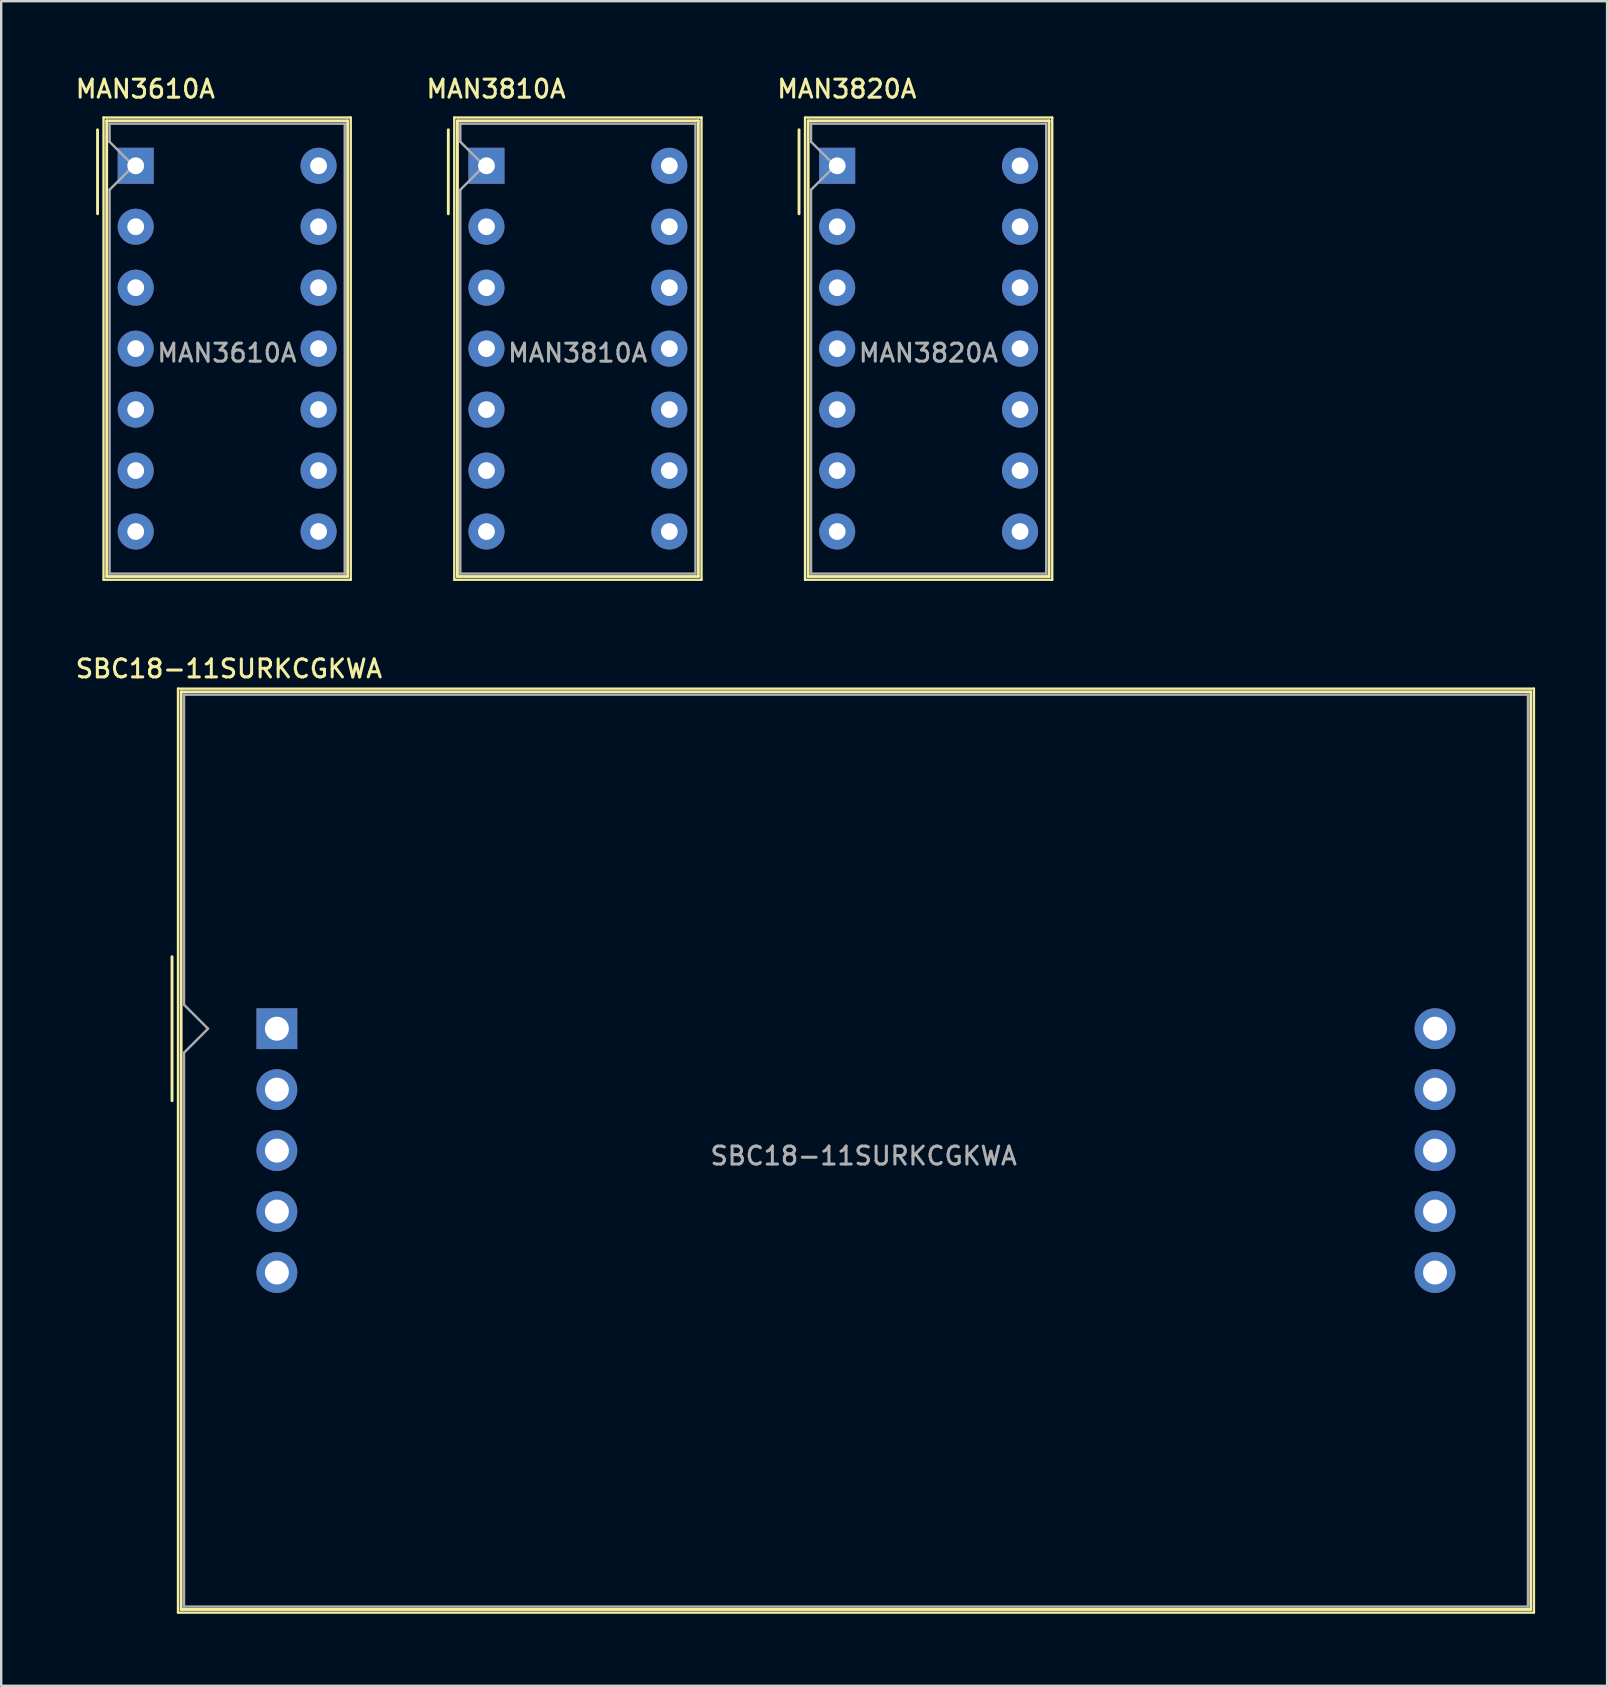
<source format=kicad_pcb>
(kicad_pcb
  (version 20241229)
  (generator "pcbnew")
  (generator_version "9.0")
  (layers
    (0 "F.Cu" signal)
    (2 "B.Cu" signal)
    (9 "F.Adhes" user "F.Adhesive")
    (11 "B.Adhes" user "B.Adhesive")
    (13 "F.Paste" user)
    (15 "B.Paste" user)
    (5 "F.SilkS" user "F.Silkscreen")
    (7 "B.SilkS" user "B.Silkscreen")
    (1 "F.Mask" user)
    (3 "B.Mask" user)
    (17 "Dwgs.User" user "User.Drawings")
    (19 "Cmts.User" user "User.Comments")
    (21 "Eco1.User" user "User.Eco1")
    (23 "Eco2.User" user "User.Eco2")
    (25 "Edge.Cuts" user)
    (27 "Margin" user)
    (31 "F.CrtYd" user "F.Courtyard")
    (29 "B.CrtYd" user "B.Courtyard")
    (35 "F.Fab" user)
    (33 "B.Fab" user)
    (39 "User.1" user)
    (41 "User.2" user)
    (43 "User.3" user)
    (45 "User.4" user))
  (footprint "SBC18-11SURKCGKWA"
    (layer "F.Cu")
    (at 8.488 39.816)
    (property "Reference" "SBC18-11SURKCGKWA" (at -2 -15 0) (layer "F.SilkS") (effects (font (size 0.75 0.75) (thickness 0.125))))
    (attr through_hole)
    (fp_line (start -4.37 -3) (end -4.37 3) (stroke (width 0.12) (type solid)) (layer "F.SilkS"))
    (fp_line (start -4.12 -14.17) (end 52.38 -14.17) (stroke (width 0.1) (type solid)) (layer "F.SilkS"))
    (fp_line (start -4.12 24.33) (end -4.12 -14.17) (stroke (width 0.1) (type solid)) (layer "F.SilkS"))
    (fp_line (start -3.99 -14.04) (end 52.25 -14.04) (stroke (width 0.12) (type solid)) (layer "F.SilkS"))
    (fp_line (start -3.99 24.2) (end -3.99 -14.04) (stroke (width 0.12) (type solid)) (layer "F.SilkS"))
    (fp_line (start 52.25 -14.04) (end 52.25 24.2) (stroke (width 0.12) (type solid)) (layer "F.SilkS"))
    (fp_line (start 52.25 24.2) (end -3.99 24.2) (stroke (width 0.12) (type solid)) (layer "F.SilkS"))
    (fp_line (start 52.38 -14.17) (end 52.38 24.33) (stroke (width 0.1) (type solid)) (layer "F.SilkS"))
    (fp_line (start 52.38 24.33) (end -4.12 24.33) (stroke (width 0.1) (type solid)) (layer "F.SilkS"))
    (fp_line (start -3.87 -13.92) (end 52.13 -13.92) (stroke (width 0.1) (type solid)) (layer "F.Fab"))
    (fp_line (start -3.87 -1) (end -3.87 -13.92) (stroke (width 0.1) (type solid)) (layer "F.Fab"))
    (fp_line (start -3.87 1) (end -2.87 0) (stroke (width 0.1) (type solid)) (layer "F.Fab"))
    (fp_line (start -3.87 24.08) (end -3.87 1) (stroke (width 0.1) (type solid)) (layer "F.Fab"))
    (fp_line (start -2.87 0) (end -3.87 -1) (stroke (width 0.1) (type solid)) (layer "F.Fab"))
    (fp_line (start 52.13 -13.92) (end 52.13 24.08) (stroke (width 0.1) (type solid)) (layer "F.Fab"))
    (fp_line (start 52.13 24.08) (end -3.87 24.08) (stroke (width 0.1) (type solid)) (layer "F.Fab"))
    (fp_text user "${REFERENCE}" (at 24.45 5.3 0) (layer "F.Fab") (effects (font (size 0.75 0.75) (thickness 0.125))))
    (pad "1" thru_hole rect (at 0 0) (size 1.7 1.7) (drill 1) (layers "*.Cu" "*.Mask"))
    (pad "2" thru_hole circle (at 0 2.54) (size 1.7 1.7) (drill 1) (layers "*.Cu" "*.Mask"))
    (pad "3" thru_hole circle (at 0 5.08) (size 1.7 1.7) (drill 1) (layers "*.Cu" "*.Mask"))
    (pad "4" thru_hole circle (at 0 7.62) (size 1.7 1.7) (drill 1) (layers "*.Cu" "*.Mask"))
    (pad "5" thru_hole circle (at 0 10.16) (size 1.7 1.7) (drill 1) (layers "*.Cu" "*.Mask"))
    (pad "6" thru_hole circle (at 48.26 10.16) (size 1.7 1.7) (drill 1) (layers "*.Cu" "*.Mask"))
    (pad "7" thru_hole circle (at 48.26 7.62) (size 1.7 1.7) (drill 1) (layers "*.Cu" "*.Mask"))
    (pad "8" thru_hole circle (at 48.26 5.08) (size 1.7 1.7) (drill 1) (layers "*.Cu" "*.Mask"))
    (pad "9" thru_hole circle (at 48.26 2.54) (size 1.7 1.7) (drill 1) (layers "*.Cu" "*.Mask"))
    (pad "10" thru_hole circle (at 48.26 0) (size 1.7 1.7) (drill 1) (layers "*.Cu" "*.Mask")))
  (footprint "MAN3820A"
    (layer "F.Cu")
    (at 31.836 3.858)
    (property "Reference" "MAN3820A" (at 0.4 -3.2 0) (layer "F.SilkS") (effects (font (size 0.75 0.75) (thickness 0.125))))
    (attr through_hole)
    (fp_line (start -1.59 -1.5) (end -1.59 2) (stroke (width 0.12) (type solid)) (layer "F.SilkS"))
    (fp_line (start -1.34 -2.01) (end 8.96 -2.01) (stroke (width 0.1) (type solid)) (layer "F.SilkS"))
    (fp_line (start -1.34 17.25) (end -1.34 -2.01) (stroke (width 0.1) (type solid)) (layer "F.SilkS"))
    (fp_line (start -1.21 -1.875) (end 8.83 -1.875) (stroke (width 0.12) (type solid)) (layer "F.SilkS"))
    (fp_line (start -1.21 17.115) (end -1.21 -1.875) (stroke (width 0.12) (type solid)) (layer "F.SilkS"))
    (fp_line (start 8.83 -1.875) (end 8.83 17.115) (stroke (width 0.12) (type solid)) (layer "F.SilkS"))
    (fp_line (start 8.83 17.115) (end -1.21 17.115) (stroke (width 0.12) (type solid)) (layer "F.SilkS"))
    (fp_line (start 8.96 -2.01) (end 8.96 17.25) (stroke (width 0.1) (type solid)) (layer "F.SilkS"))
    (fp_line (start 8.96 17.25) (end -1.34 17.25) (stroke (width 0.1) (type solid)) (layer "F.SilkS"))
    (fp_line (start -1.09 -1.755) (end 8.71 -1.755) (stroke (width 0.1) (type solid)) (layer "F.Fab"))
    (fp_line (start -1.09 -1) (end -1.09 -1.755) (stroke (width 0.1) (type solid)) (layer "F.Fab"))
    (fp_line (start -1.09 1) (end -0.09 0) (stroke (width 0.1) (type solid)) (layer "F.Fab"))
    (fp_line (start -1.09 16.995) (end -1.09 1) (stroke (width 0.1) (type solid)) (layer "F.Fab"))
    (fp_line (start -0.09 0) (end -1.09 -1) (stroke (width 0.1) (type solid)) (layer "F.Fab"))
    (fp_line (start 8.71 -1.755) (end 8.71 16.995) (stroke (width 0.1) (type solid)) (layer "F.Fab"))
    (fp_line (start 8.71 16.995) (end -1.09 16.995) (stroke (width 0.1) (type solid)) (layer "F.Fab"))
    (fp_text user "${REFERENCE}" (at 3.8 7.8 0) (layer "F.Fab") (effects (font (size 0.75 0.75) (thickness 0.125))))
    (pad "1" thru_hole rect (at 0 0) (size 1.5 1.5) (drill 0.7) (layers "*.Cu" "*.Mask"))
    (pad "2" thru_hole circle (at 0 2.54) (size 1.5 1.5) (drill 0.7) (layers "*.Cu" "*.Mask"))
    (pad "3" thru_hole circle (at 0 5.08) (size 1.5 1.5) (drill 0.7) (layers "*.Cu" "*.Mask"))
    (pad "4" thru_hole circle (at 0 7.62) (size 1.5 1.5) (drill 0.7) (layers "*.Cu" "*.Mask"))
    (pad "5" thru_hole circle (at 0 10.16) (size 1.5 1.5) (drill 0.7) (layers "*.Cu" "*.Mask"))
    (pad "6" thru_hole circle (at 0 12.7) (size 1.5 1.5) (drill 0.7) (layers "*.Cu" "*.Mask"))
    (pad "7" thru_hole circle (at 0 15.24) (size 1.5 1.5) (drill 0.7) (layers "*.Cu" "*.Mask"))
    (pad "8" thru_hole circle (at 7.62 15.24) (size 1.5 1.5) (drill 0.7) (layers "*.Cu" "*.Mask"))
    (pad "9" thru_hole circle (at 7.62 12.7) (size 1.5 1.5) (drill 0.7) (layers "*.Cu" "*.Mask"))
    (pad "10" thru_hole circle (at 7.62 10.16) (size 1.5 1.5) (drill 0.7) (layers "*.Cu" "*.Mask"))
    (pad "11" thru_hole circle (at 7.62 7.62) (size 1.5 1.5) (drill 0.7) (layers "*.Cu" "*.Mask"))
    (pad "12" thru_hole circle (at 7.62 5.08) (size 1.5 1.5) (drill 0.7) (layers "*.Cu" "*.Mask"))
    (pad "13" thru_hole circle (at 7.62 2.54) (size 1.5 1.5) (drill 0.7) (layers "*.Cu" "*.Mask"))
    (pad "14" thru_hole circle (at 7.62 0) (size 1.5 1.5) (drill 0.7) (layers "*.Cu" "*.Mask")))
  (footprint "MAN3610A"
    (layer "F.Cu")
    (at 2.605 3.858)
    (property "Reference" "MAN3610A" (at 0.4 -3.2 0) (layer "F.SilkS") (effects (font (size 0.75 0.75) (thickness 0.125))))
    (attr through_hole)
    (fp_line (start -1.59 -1.5) (end -1.59 2) (stroke (width 0.12) (type solid)) (layer "F.SilkS"))
    (fp_line (start -1.34 -2.01) (end 8.96 -2.01) (stroke (width 0.1) (type solid)) (layer "F.SilkS"))
    (fp_line (start -1.34 17.25) (end -1.34 -2.01) (stroke (width 0.1) (type solid)) (layer "F.SilkS"))
    (fp_line (start -1.21 -1.875) (end 8.83 -1.875) (stroke (width 0.12) (type solid)) (layer "F.SilkS"))
    (fp_line (start -1.21 17.115) (end -1.21 -1.875) (stroke (width 0.12) (type solid)) (layer "F.SilkS"))
    (fp_line (start 8.83 -1.875) (end 8.83 17.115) (stroke (width 0.12) (type solid)) (layer "F.SilkS"))
    (fp_line (start 8.83 17.115) (end -1.21 17.115) (stroke (width 0.12) (type solid)) (layer "F.SilkS"))
    (fp_line (start 8.96 -2.01) (end 8.96 17.25) (stroke (width 0.1) (type solid)) (layer "F.SilkS"))
    (fp_line (start 8.96 17.25) (end -1.34 17.25) (stroke (width 0.1) (type solid)) (layer "F.SilkS"))
    (fp_line (start -1.09 -1.755) (end 8.71 -1.755) (stroke (width 0.1) (type solid)) (layer "F.Fab"))
    (fp_line (start -1.09 -1) (end -1.09 -1.755) (stroke (width 0.1) (type solid)) (layer "F.Fab"))
    (fp_line (start -1.09 1) (end -0.09 0) (stroke (width 0.1) (type solid)) (layer "F.Fab"))
    (fp_line (start -1.09 16.995) (end -1.09 1) (stroke (width 0.1) (type solid)) (layer "F.Fab"))
    (fp_line (start -0.09 0) (end -1.09 -1) (stroke (width 0.1) (type solid)) (layer "F.Fab"))
    (fp_line (start 8.71 -1.755) (end 8.71 16.995) (stroke (width 0.1) (type solid)) (layer "F.Fab"))
    (fp_line (start 8.71 16.995) (end -1.09 16.995) (stroke (width 0.1) (type solid)) (layer "F.Fab"))
    (fp_text user "${REFERENCE}" (at 3.8 7.8 0) (layer "F.Fab") (effects (font (size 0.75 0.75) (thickness 0.125))))
    (pad "1" thru_hole rect (at 0 0) (size 1.5 1.5) (drill 0.7) (layers "*.Cu" "*.Mask"))
    (pad "2" thru_hole circle (at 0 2.54) (size 1.5 1.5) (drill 0.7) (layers "*.Cu" "*.Mask"))
    (pad "3" thru_hole circle (at 0 5.08) (size 1.5 1.5) (drill 0.7) (layers "*.Cu" "*.Mask"))
    (pad "4" thru_hole circle (at 0 7.62) (size 1.5 1.5) (drill 0.7) (layers "*.Cu" "*.Mask"))
    (pad "5" thru_hole circle (at 0 10.16) (size 1.5 1.5) (drill 0.7) (layers "*.Cu" "*.Mask"))
    (pad "6" thru_hole circle (at 0 12.7) (size 1.5 1.5) (drill 0.7) (layers "*.Cu" "*.Mask"))
    (pad "7" thru_hole circle (at 0 15.24) (size 1.5 1.5) (drill 0.7) (layers "*.Cu" "*.Mask"))
    (pad "8" thru_hole circle (at 7.62 15.24) (size 1.5 1.5) (drill 0.7) (layers "*.Cu" "*.Mask"))
    (pad "9" thru_hole circle (at 7.62 12.7) (size 1.5 1.5) (drill 0.7) (layers "*.Cu" "*.Mask"))
    (pad "10" thru_hole circle (at 7.62 10.16) (size 1.5 1.5) (drill 0.7) (layers "*.Cu" "*.Mask"))
    (pad "11" thru_hole circle (at 7.62 7.62) (size 1.5 1.5) (drill 0.7) (layers "*.Cu" "*.Mask"))
    (pad "12" thru_hole circle (at 7.62 5.08) (size 1.5 1.5) (drill 0.7) (layers "*.Cu" "*.Mask"))
    (pad "13" thru_hole circle (at 7.62 2.54) (size 1.5 1.5) (drill 0.7) (layers "*.Cu" "*.Mask"))
    (pad "14" thru_hole circle (at 7.62 0) (size 1.5 1.5) (drill 0.7) (layers "*.Cu" "*.Mask")))
  (footprint "MAN3810A"
    (layer "F.Cu")
    (at 17.221 3.858)
    (property "Reference" "MAN3810A" (at 0.4 -3.2 0) (layer "F.SilkS") (effects (font (size 0.75 0.75) (thickness 0.125))))
    (attr through_hole)
    (fp_line (start -1.59 -1.5) (end -1.59 2) (stroke (width 0.12) (type solid)) (layer "F.SilkS"))
    (fp_line (start -1.34 -2.01) (end 8.96 -2.01) (stroke (width 0.1) (type solid)) (layer "F.SilkS"))
    (fp_line (start -1.34 17.25) (end -1.34 -2.01) (stroke (width 0.1) (type solid)) (layer "F.SilkS"))
    (fp_line (start -1.21 -1.875) (end 8.83 -1.875) (stroke (width 0.12) (type solid)) (layer "F.SilkS"))
    (fp_line (start -1.21 17.115) (end -1.21 -1.875) (stroke (width 0.12) (type solid)) (layer "F.SilkS"))
    (fp_line (start 8.83 -1.875) (end 8.83 17.115) (stroke (width 0.12) (type solid)) (layer "F.SilkS"))
    (fp_line (start 8.83 17.115) (end -1.21 17.115) (stroke (width 0.12) (type solid)) (layer "F.SilkS"))
    (fp_line (start 8.96 -2.01) (end 8.96 17.25) (stroke (width 0.1) (type solid)) (layer "F.SilkS"))
    (fp_line (start 8.96 17.25) (end -1.34 17.25) (stroke (width 0.1) (type solid)) (layer "F.SilkS"))
    (fp_line (start -1.09 -1.755) (end 8.71 -1.755) (stroke (width 0.1) (type solid)) (layer "F.Fab"))
    (fp_line (start -1.09 -1) (end -1.09 -1.755) (stroke (width 0.1) (type solid)) (layer "F.Fab"))
    (fp_line (start -1.09 1) (end -0.09 0) (stroke (width 0.1) (type solid)) (layer "F.Fab"))
    (fp_line (start -1.09 16.995) (end -1.09 1) (stroke (width 0.1) (type solid)) (layer "F.Fab"))
    (fp_line (start -0.09 0) (end -1.09 -1) (stroke (width 0.1) (type solid)) (layer "F.Fab"))
    (fp_line (start 8.71 -1.755) (end 8.71 16.995) (stroke (width 0.1) (type solid)) (layer "F.Fab"))
    (fp_line (start 8.71 16.995) (end -1.09 16.995) (stroke (width 0.1) (type solid)) (layer "F.Fab"))
    (fp_text user "${REFERENCE}" (at 3.8 7.8 0) (layer "F.Fab") (effects (font (size 0.75 0.75) (thickness 0.125))))
    (pad "1" thru_hole rect (at 0 0) (size 1.5 1.5) (drill 0.7) (layers "*.Cu" "*.Mask"))
    (pad "2" thru_hole circle (at 0 2.54) (size 1.5 1.5) (drill 0.7) (layers "*.Cu" "*.Mask"))
    (pad "3" thru_hole circle (at 0 5.08) (size 1.5 1.5) (drill 0.7) (layers "*.Cu" "*.Mask"))
    (pad "4" thru_hole circle (at 0 7.62) (size 1.5 1.5) (drill 0.7) (layers "*.Cu" "*.Mask"))
    (pad "5" thru_hole circle (at 0 10.16) (size 1.5 1.5) (drill 0.7) (layers "*.Cu" "*.Mask"))
    (pad "6" thru_hole circle (at 0 12.7) (size 1.5 1.5) (drill 0.7) (layers "*.Cu" "*.Mask"))
    (pad "7" thru_hole circle (at 0 15.24) (size 1.5 1.5) (drill 0.7) (layers "*.Cu" "*.Mask"))
    (pad "8" thru_hole circle (at 7.62 15.24) (size 1.5 1.5) (drill 0.7) (layers "*.Cu" "*.Mask"))
    (pad "9" thru_hole circle (at 7.62 12.7) (size 1.5 1.5) (drill 0.7) (layers "*.Cu" "*.Mask"))
    (pad "10" thru_hole circle (at 7.62 10.16) (size 1.5 1.5) (drill 0.7) (layers "*.Cu" "*.Mask"))
    (pad "11" thru_hole circle (at 7.62 7.62) (size 1.5 1.5) (drill 0.7) (layers "*.Cu" "*.Mask"))
    (pad "12" thru_hole circle (at 7.62 5.08) (size 1.5 1.5) (drill 0.7) (layers "*.Cu" "*.Mask"))
    (pad "13" thru_hole circle (at 7.62 2.54) (size 1.5 1.5) (drill 0.7) (layers "*.Cu" "*.Mask"))
    (pad "14" thru_hole circle (at 7.62 0) (size 1.5 1.5) (drill 0.7) (layers "*.Cu" "*.Mask")))
  (gr_rect
    (start -3 -3)
    (end 63.917 67.196)
    (stroke (width 0.1) (type default))
    (fill no)
    (layer "Edge.Cuts")))
</source>
